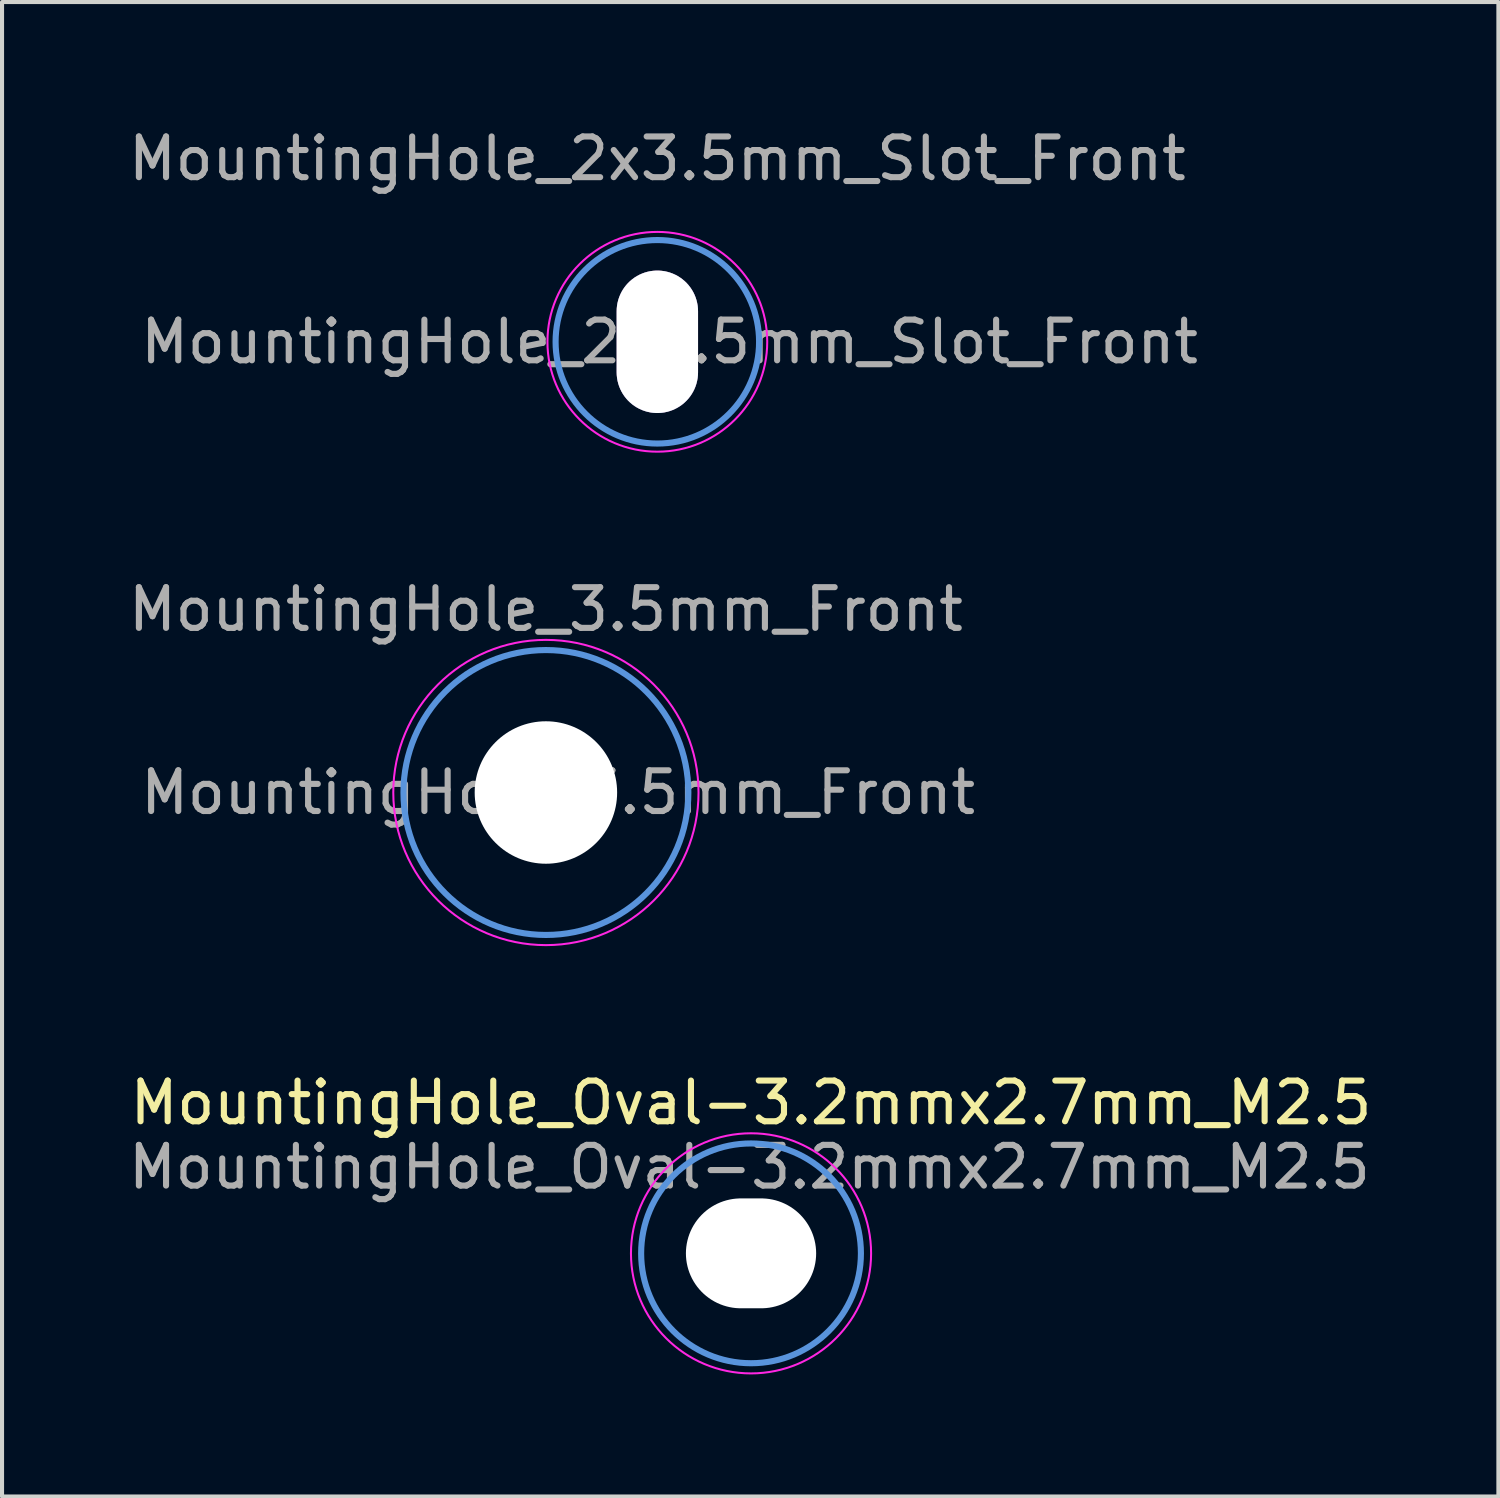
<source format=kicad_pcb>
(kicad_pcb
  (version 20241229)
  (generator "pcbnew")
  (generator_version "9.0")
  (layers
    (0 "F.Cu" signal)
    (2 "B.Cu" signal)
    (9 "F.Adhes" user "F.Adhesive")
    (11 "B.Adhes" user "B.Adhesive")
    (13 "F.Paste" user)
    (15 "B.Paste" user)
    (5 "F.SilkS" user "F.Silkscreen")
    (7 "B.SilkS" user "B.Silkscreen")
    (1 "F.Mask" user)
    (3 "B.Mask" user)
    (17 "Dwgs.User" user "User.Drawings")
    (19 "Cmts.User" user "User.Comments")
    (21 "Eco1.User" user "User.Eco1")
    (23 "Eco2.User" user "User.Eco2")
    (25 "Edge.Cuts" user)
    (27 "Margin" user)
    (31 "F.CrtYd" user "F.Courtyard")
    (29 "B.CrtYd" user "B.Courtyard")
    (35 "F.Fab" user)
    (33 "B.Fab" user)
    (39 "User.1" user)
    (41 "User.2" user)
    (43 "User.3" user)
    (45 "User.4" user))
  (footprint "MountingHole_3.5mm_Front"
    (layer "F.Cu")
    (at 10.363 16.422)
    (property "Reference" "MountingHole_3.5mm_Front" (at 0 -4.5 0) (layer "F.Fab") (effects (font (size 1 1) (thickness 0.15))))
    (attr exclude_from_pos_files exclude_from_bom)
    (fp_circle (center 0 0) (end 3.5 0) (stroke (width 0.15) (type solid)) (fill no) (layer "Cmts.User"))
    (fp_circle (center 0 0) (end 3.75 0) (stroke (width 0.05) (type solid)) (fill no) (layer "F.CrtYd"))
    (fp_text user "${REFERENCE}" (at 0.3 0 0) (layer "F.Fab") (effects (font (size 1 1) (thickness 0.15))))
    (pad "" np_thru_hole circle (at 0 0) (size 3.5 3.5) (drill 3.5) (layers "F.Cu" "F.Mask")))
  (footprint "MountingHole_Oval-3.2mmx2.7mm_M2.5"
    (layer "F.Cu")
    (at 15.403 27.745)
    (property "Reference" "MountingHole_Oval-3.2mmx2.7mm_M2.5" (at 0 -3.7 0) (layer "F.SilkS") (effects (font (size 1 1) (thickness 0.15))))
    (attr exclude_from_pos_files exclude_from_bom)
    (fp_circle (center 0 0) (end 2.7 0) (stroke (width 0.15) (type solid)) (fill no) (layer "Cmts.User"))
    (fp_circle (center 0 0) (end 2.95 0) (stroke (width 0.05) (type solid)) (fill no) (layer "F.CrtYd"))
    (fp_text user "${REFERENCE}" (at -0.04 -2.12 0) (layer "F.Fab") (effects (font (size 1 1) (thickness 0.15))))
    (pad "" np_thru_hole oval (at 0 0) (size 3.2 2.7) (drill oval 3.2 2.7) (layers "*.Cu" "*.Mask")))
  (footprint "MountingHole_2x3.5mm_Slot_Front"
    (layer "F.Cu")
    (at 13.101 5.348)
    (property "Reference" "MountingHole_2x3.5mm_Slot_Front" (at 0 -4.5 0) (layer "F.Fab") (effects (font (size 1 1) (thickness 0.15))))
    (attr exclude_from_pos_files exclude_from_bom)
    (fp_circle (center 0 0) (end 2.5 0) (stroke (width 0.15) (type solid)) (fill no) (layer "Cmts.User"))
    (fp_circle (center 0 0) (end 2.7 0) (stroke (width 0.05) (type solid)) (fill no) (layer "F.CrtYd"))
    (fp_text user "${REFERENCE}" (at 0.3 0 0) (layer "F.Fab") (effects (font (size 1 1) (thickness 0.15))))
    (pad "" thru_hole oval (at 0 0) (size 2 3.5) (drill oval 2 3.5) (layers "*.Cu" "*.Mask")))
  (gr_rect
    (start -3 -3)
    (end 33.766 33.72)
    (stroke (width 0.1) (type default))
    (fill no)
    (layer "Edge.Cuts")))
</source>
